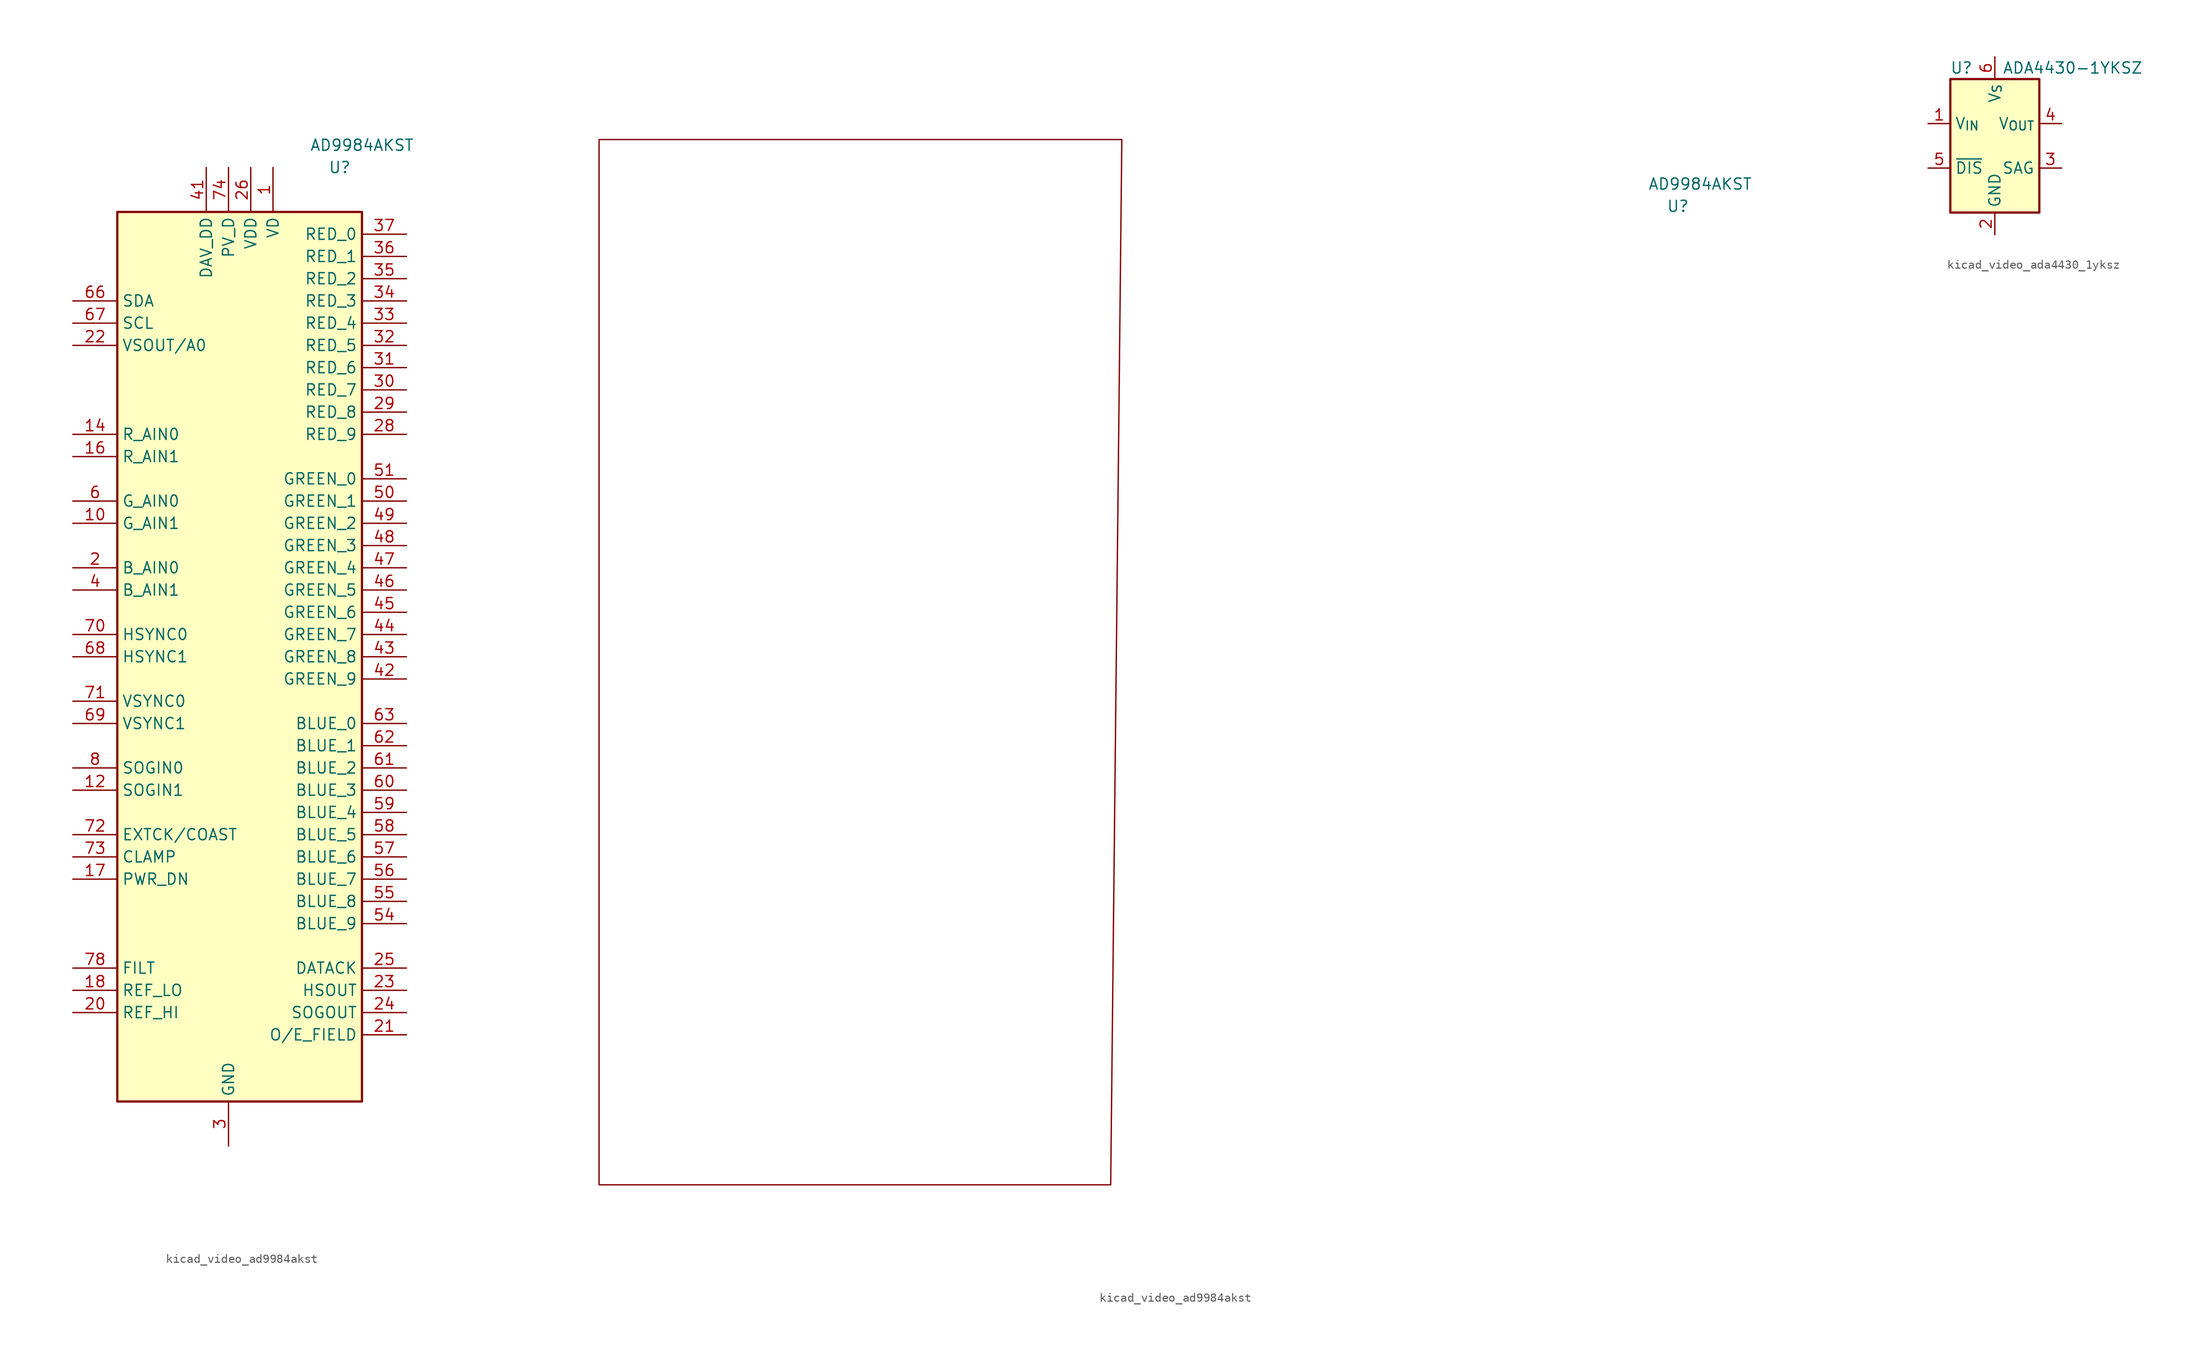
<source format=kicad_sym>
(kicad_symbol_lib
  (version 20220914)
  (generator kicad_symbol_editor)
  (symbol "kicad_video_ad9984akst"
    (property "Reference" "U"
      (at 10.16 55.88 0)
      (effects (font (size 1.27 1.27))))
    (property "Value" "AD9984AKST"
      (at 12.7 58.42 0)
      (effects (font (size 1.27 1.27))))
    (symbol "kicad_video_ad9984akst_0_1"
      (rectangle (start 12.7 50.8) (end -15.24 -50.8) (stroke (width 0.254) (type default)) (fill (type background))))
    (symbol "kicad_video_ad9984akst_0_2"
      (polyline (pts (xy -113.03 -55.88) (xy -54.61 -55.88) (xy -53.34 63.5) (xy -113.03 63.5) (xy -113.03 -55.88)) (stroke (width 0) (type default)) (fill (type none))))
    (symbol "kicad_video_ad9984akst_1_1"
      (pin power_in line (at 2.54 55.88 270) (length 5.08) (name "VD" (effects (font (size 1.27 1.27)))) (number "1" (effects (font (size 1.27 1.27)))))
      (pin input line (at -20.32 15.24 0) (length 5.08) (name "G_AIN1" (effects (font (size 1.27 1.27)))) (number "10" (effects (font (size 1.27 1.27)))))
      (pin passive line (at -2.54 -55.88 90) (length 5.08) hide (name "GND" (effects (font (size 1.27 1.27)))) (number "11" (effects (font (size 1.27 1.27)))))
      (pin input line (at -20.32 -15.24 0) (length 5.08) (name "SOGIN1" (effects (font (size 1.27 1.27)))) (number "12" (effects (font (size 1.27 1.27)))))
      (pin passive line (at 2.54 55.88 270) (length 5.08) hide (name "VD" (effects (font (size 1.27 1.27)))) (number "13" (effects (font (size 1.27 1.27)))))
      (pin input line (at -20.32 25.4 0) (length 5.08) (name "R_AIN0" (effects (font (size 1.27 1.27)))) (number "14" (effects (font (size 1.27 1.27)))))
      (pin passive line (at -2.54 -55.88 90) (length 5.08) hide (name "GND" (effects (font (size 1.27 1.27)))) (number "15" (effects (font (size 1.27 1.27)))))
      (pin input line (at -20.32 22.86 0) (length 5.08) (name "R_AIN1" (effects (font (size 1.27 1.27)))) (number "16" (effects (font (size 1.27 1.27)))))
      (pin input line (at -20.32 -25.4 0) (length 5.08) (name "PWR_DN" (effects (font (size 1.27 1.27)))) (number "17" (effects (font (size 1.27 1.27)))))
      (pin input line (at -20.32 -38.1 0) (length 5.08) (name "REF_LO" (effects (font (size 1.27 1.27)))) (number "18" (effects (font (size 1.27 1.27)))))
      (pin no_connect line (at 12.7 -48.26 180) (length 5.08) hide (name "NC" (effects (font (size 1.27 1.27)))) (number "19" (effects (font (size 1.27 1.27)))))
      (pin input line (at -20.32 10.16 0) (length 5.08) (name "B_AIN0" (effects (font (size 1.27 1.27)))) (number "2" (effects (font (size 1.27 1.27)))))
      (pin input line (at -20.32 -40.64 0) (length 5.08) (name "REF_HI" (effects (font (size 1.27 1.27)))) (number "20" (effects (font (size 1.27 1.27)))))
      (pin output line (at 17.78 -43.18 180) (length 5.08) (name "O/E_FIELD" (effects (font (size 1.27 1.27)))) (number "21" (effects (font (size 1.27 1.27)))))
      (pin bidirectional line (at -20.32 35.56 0) (length 5.08) (name "VSOUT/A0" (effects (font (size 1.27 1.27)))) (number "22" (effects (font (size 1.27 1.27)))))
      (pin output line (at 17.78 -38.1 180) (length 5.08) (name "HSOUT" (effects (font (size 1.27 1.27)))) (number "23" (effects (font (size 1.27 1.27)))))
      (pin output line (at 17.78 -40.64 180) (length 5.08) (name "SOGOUT" (effects (font (size 1.27 1.27)))) (number "24" (effects (font (size 1.27 1.27)))))
      (pin output line (at 17.78 -35.56 180) (length 5.08) (name "DATACK" (effects (font (size 1.27 1.27)))) (number "25" (effects (font (size 1.27 1.27)))))
      (pin power_in line (at 0 55.88 270) (length 5.08) (name "VDD" (effects (font (size 1.27 1.27)))) (number "26" (effects (font (size 1.27 1.27)))))
      (pin passive line (at -2.54 -55.88 90) (length 5.08) hide (name "GND" (effects (font (size 1.27 1.27)))) (number "27" (effects (font (size 1.27 1.27)))))
      (pin output line (at 17.78 25.4 180) (length 5.08) (name "RED_9" (effects (font (size 1.27 1.27)))) (number "28" (effects (font (size 1.27 1.27)))))
      (pin output line (at 17.78 27.94 180) (length 5.08) (name "RED_8" (effects (font (size 1.27 1.27)))) (number "29" (effects (font (size 1.27 1.27)))))
      (pin power_in line (at -2.54 -55.88 90) (length 5.08) (name "GND" (effects (font (size 1.27 1.27)))) (number "3" (effects (font (size 1.27 1.27)))))
      (pin output line (at 17.78 30.48 180) (length 5.08) (name "RED_7" (effects (font (size 1.27 1.27)))) (number "30" (effects (font (size 1.27 1.27)))))
      (pin output line (at 17.78 33.02 180) (length 5.08) (name "RED_6" (effects (font (size 1.27 1.27)))) (number "31" (effects (font (size 1.27 1.27)))))
      (pin output line (at 17.78 35.56 180) (length 5.08) (name "RED_5" (effects (font (size 1.27 1.27)))) (number "32" (effects (font (size 1.27 1.27)))))
      (pin output line (at 17.78 38.1 180) (length 5.08) (name "RED_4" (effects (font (size 1.27 1.27)))) (number "33" (effects (font (size 1.27 1.27)))))
      (pin output line (at 17.78 40.64 180) (length 5.08) (name "RED_3" (effects (font (size 1.27 1.27)))) (number "34" (effects (font (size 1.27 1.27)))))
      (pin output line (at 17.78 43.18 180) (length 5.08) (name "RED_2" (effects (font (size 1.27 1.27)))) (number "35" (effects (font (size 1.27 1.27)))))
      (pin output line (at 17.78 45.72 180) (length 5.08) (name "RED_1" (effects (font (size 1.27 1.27)))) (number "36" (effects (font (size 1.27 1.27)))))
      (pin output line (at 17.78 48.26 180) (length 5.08) (name "RED_0" (effects (font (size 1.27 1.27)))) (number "37" (effects (font (size 1.27 1.27)))))
      (pin passive line (at 0 55.88 270) (length 5.08) hide (name "VDD" (effects (font (size 1.27 1.27)))) (number "38" (effects (font (size 1.27 1.27)))))
      (pin passive line (at -2.54 -55.88 90) (length 5.08) hide (name "GND" (effects (font (size 1.27 1.27)))) (number "39" (effects (font (size 1.27 1.27)))))
      (pin input line (at -20.32 7.62 0) (length 5.08) (name "B_AIN1" (effects (font (size 1.27 1.27)))) (number "4" (effects (font (size 1.27 1.27)))))
      (pin passive line (at -2.54 -55.88 90) (length 5.08) hide (name "GND" (effects (font (size 1.27 1.27)))) (number "40" (effects (font (size 1.27 1.27)))))
      (pin power_in line (at -5.08 55.88 270) (length 5.08) (name "DAV_DD" (effects (font (size 1.27 1.27)))) (number "41" (effects (font (size 1.27 1.27)))))
      (pin output line (at 17.78 -2.54 180) (length 5.08) (name "GREEN_9" (effects (font (size 1.27 1.27)))) (number "42" (effects (font (size 1.27 1.27)))))
      (pin output line (at 17.78 0 180) (length 5.08) (name "GREEN_8" (effects (font (size 1.27 1.27)))) (number "43" (effects (font (size 1.27 1.27)))))
      (pin output line (at 17.78 2.54 180) (length 5.08) (name "GREEN_7" (effects (font (size 1.27 1.27)))) (number "44" (effects (font (size 1.27 1.27)))))
      (pin output line (at 17.78 5.08 180) (length 5.08) (name "GREEN_6" (effects (font (size 1.27 1.27)))) (number "45" (effects (font (size 1.27 1.27)))))
      (pin output line (at 17.78 7.62 180) (length 5.08) (name "GREEN_5" (effects (font (size 1.27 1.27)))) (number "46" (effects (font (size 1.27 1.27)))))
      (pin output line (at 17.78 10.16 180) (length 5.08) (name "GREEN_4" (effects (font (size 1.27 1.27)))) (number "47" (effects (font (size 1.27 1.27)))))
      (pin output line (at 17.78 12.7 180) (length 5.08) (name "GREEN_3" (effects (font (size 1.27 1.27)))) (number "48" (effects (font (size 1.27 1.27)))))
      (pin output line (at 17.78 15.24 180) (length 5.08) (name "GREEN_2" (effects (font (size 1.27 1.27)))) (number "49" (effects (font (size 1.27 1.27)))))
      (pin passive line (at 2.54 55.88 270) (length 5.08) hide (name "VD" (effects (font (size 1.27 1.27)))) (number "5" (effects (font (size 1.27 1.27)))))
      (pin output line (at 17.78 17.78 180) (length 5.08) (name "GREEN_1" (effects (font (size 1.27 1.27)))) (number "50" (effects (font (size 1.27 1.27)))))
      (pin output line (at 17.78 20.32 180) (length 5.08) (name "GREEN_0" (effects (font (size 1.27 1.27)))) (number "51" (effects (font (size 1.27 1.27)))))
      (pin passive line (at 0 55.88 270) (length 5.08) hide (name "VDD" (effects (font (size 1.27 1.27)))) (number "52" (effects (font (size 1.27 1.27)))))
      (pin passive line (at -2.54 -55.88 90) (length 5.08) hide (name "GND" (effects (font (size 1.27 1.27)))) (number "53" (effects (font (size 1.27 1.27)))))
      (pin output line (at 17.78 -30.48 180) (length 5.08) (name "BLUE_9" (effects (font (size 1.27 1.27)))) (number "54" (effects (font (size 1.27 1.27)))))
      (pin output line (at 17.78 -27.94 180) (length 5.08) (name "BLUE_8" (effects (font (size 1.27 1.27)))) (number "55" (effects (font (size 1.27 1.27)))))
      (pin output line (at 17.78 -25.4 180) (length 5.08) (name "BLUE_7" (effects (font (size 1.27 1.27)))) (number "56" (effects (font (size 1.27 1.27)))))
      (pin output line (at 17.78 -22.86 180) (length 5.08) (name "BLUE_6" (effects (font (size 1.27 1.27)))) (number "57" (effects (font (size 1.27 1.27)))))
      (pin output line (at 17.78 -20.32 180) (length 5.08) (name "BLUE_5" (effects (font (size 1.27 1.27)))) (number "58" (effects (font (size 1.27 1.27)))))
      (pin output line (at 17.78 -17.78 180) (length 5.08) (name "BLUE_4" (effects (font (size 1.27 1.27)))) (number "59" (effects (font (size 1.27 1.27)))))
      (pin input line (at -20.32 17.78 0) (length 5.08) (name "G_AIN0" (effects (font (size 1.27 1.27)))) (number "6" (effects (font (size 1.27 1.27)))))
      (pin output line (at 17.78 -15.24 180) (length 5.08) (name "BLUE_3" (effects (font (size 1.27 1.27)))) (number "60" (effects (font (size 1.27 1.27)))))
      (pin output line (at 17.78 -12.7 180) (length 5.08) (name "BLUE_2" (effects (font (size 1.27 1.27)))) (number "61" (effects (font (size 1.27 1.27)))))
      (pin output line (at 17.78 -10.16 180) (length 5.08) (name "BLUE_1" (effects (font (size 1.27 1.27)))) (number "62" (effects (font (size 1.27 1.27)))))
      (pin output line (at 17.78 -7.62 180) (length 5.08) (name "BLUE_0" (effects (font (size 1.27 1.27)))) (number "63" (effects (font (size 1.27 1.27)))))
      (pin passive line (at 0 55.88 270) (length 5.08) hide (name "VDD" (effects (font (size 1.27 1.27)))) (number "64" (effects (font (size 1.27 1.27)))))
      (pin passive line (at -2.54 -55.88 90) (length 5.08) hide (name "GND" (effects (font (size 1.27 1.27)))) (number "65" (effects (font (size 1.27 1.27)))))
      (pin bidirectional line (at -20.32 40.64 0) (length 5.08) (name "SDA" (effects (font (size 1.27 1.27)))) (number "66" (effects (font (size 1.27 1.27)))))
      (pin input line (at -20.32 38.1 0) (length 5.08) (name "SCL" (effects (font (size 1.27 1.27)))) (number "67" (effects (font (size 1.27 1.27)))))
      (pin input line (at -20.32 0 0) (length 5.08) (name "HSYNC1" (effects (font (size 1.27 1.27)))) (number "68" (effects (font (size 1.27 1.27)))))
      (pin input line (at -20.32 -7.62 0) (length 5.08) (name "VSYNC1" (effects (font (size 1.27 1.27)))) (number "69" (effects (font (size 1.27 1.27)))))
      (pin passive line (at -2.54 -55.88 90) (length 5.08) hide (name "GND" (effects (font (size 1.27 1.27)))) (number "7" (effects (font (size 1.27 1.27)))))
      (pin input line (at -20.32 2.54 0) (length 5.08) (name "HSYNC0" (effects (font (size 1.27 1.27)))) (number "70" (effects (font (size 1.27 1.27)))))
      (pin input line (at -20.32 -5.08 0) (length 5.08) (name "VSYNC0" (effects (font (size 1.27 1.27)))) (number "71" (effects (font (size 1.27 1.27)))))
      (pin input line (at -20.32 -20.32 0) (length 5.08) (name "EXTCK/COAST" (effects (font (size 1.27 1.27)))) (number "72" (effects (font (size 1.27 1.27)))))
      (pin input line (at -20.32 -22.86 0) (length 5.08) (name "CLAMP" (effects (font (size 1.27 1.27)))) (number "73" (effects (font (size 1.27 1.27)))))
      (pin power_in line (at -2.54 55.88 270) (length 5.08) (name "PV_D" (effects (font (size 1.27 1.27)))) (number "74" (effects (font (size 1.27 1.27)))))
      (pin passive line (at -2.54 -55.88 90) (length 5.08) hide (name "GND" (effects (font (size 1.27 1.27)))) (number "75" (effects (font (size 1.27 1.27)))))
      (pin passive line (at -2.54 55.88 270) (length 5.08) hide (name "PV_D" (effects (font (size 1.27 1.27)))) (number "76" (effects (font (size 1.27 1.27)))))
      (pin passive line (at -2.54 -55.88 90) (length 5.08) hide (name "GND" (effects (font (size 1.27 1.27)))) (number "77" (effects (font (size 1.27 1.27)))))
      (pin input line (at -20.32 -35.56 0) (length 5.08) (name "FILT" (effects (font (size 1.27 1.27)))) (number "78" (effects (font (size 1.27 1.27)))))
      (pin passive line (at -2.54 55.88 270) (length 5.08) hide (name "PV_D" (effects (font (size 1.27 1.27)))) (number "79" (effects (font (size 1.27 1.27)))))
      (pin input line (at -20.32 -12.7 0) (length 5.08) (name "SOGIN0" (effects (font (size 1.27 1.27)))) (number "8" (effects (font (size 1.27 1.27)))))
      (pin passive line (at -2.54 -55.88 90) (length 5.08) hide (name "GND" (effects (font (size 1.27 1.27)))) (number "80" (effects (font (size 1.27 1.27)))))
      (pin passive line (at 2.54 55.88 270) (length 5.08) hide (name "VD" (effects (font (size 1.27 1.27)))) (number "9" (effects (font (size 1.27 1.27)))))))
  (symbol "kicad_video_ada4430_1yksz"
    (property "Reference" "U"
      (at -3.81 8.89 0)
      (effects (font (size 1.27 1.27))))
    (property "Value" "ADA4430-1YKSZ"
      (at 8.89 8.89 0)
      (effects (font (size 1.27 1.27))))
    (symbol "kicad_video_ada4430_1yksz_0_1"
      (rectangle (start -5.08 7.62) (end 5.08 -7.62) (stroke (width 0.254) (type default)) (fill (type background))))
    (symbol "kicad_video_ada4430_1yksz_1_1"
      (pin input line (at -7.62 2.54 0) (length 2.54) (name "V_{IN}" (effects (font (size 1.27 1.27)))) (number "1" (effects (font (size 1.27 1.27)))))
      (pin power_in line (at 0 -10.16 90) (length 2.54) (name "GND" (effects (font (size 1.27 1.27)))) (number "2" (effects (font (size 1.27 1.27)))))
      (pin input line (at 7.62 -2.54 180) (length 2.54) (name "SAG" (effects (font (size 1.27 1.27)))) (number "3" (effects (font (size 1.27 1.27)))))
      (pin output line (at 7.62 2.54 180) (length 2.54) (name "V_{OUT}" (effects (font (size 1.27 1.27)))) (number "4" (effects (font (size 1.27 1.27)))))
      (pin input line (at -7.62 -2.54 0) (length 2.54) (name "~{DIS}" (effects (font (size 1.27 1.27)))) (number "5" (effects (font (size 1.27 1.27)))))
      (pin power_in line (at 0 10.16 270) (length 2.54) (name "V_{S}" (effects (font (size 1.27 1.27)))) (number "6" (effects (font (size 1.27 1.27))))))))
</source>
